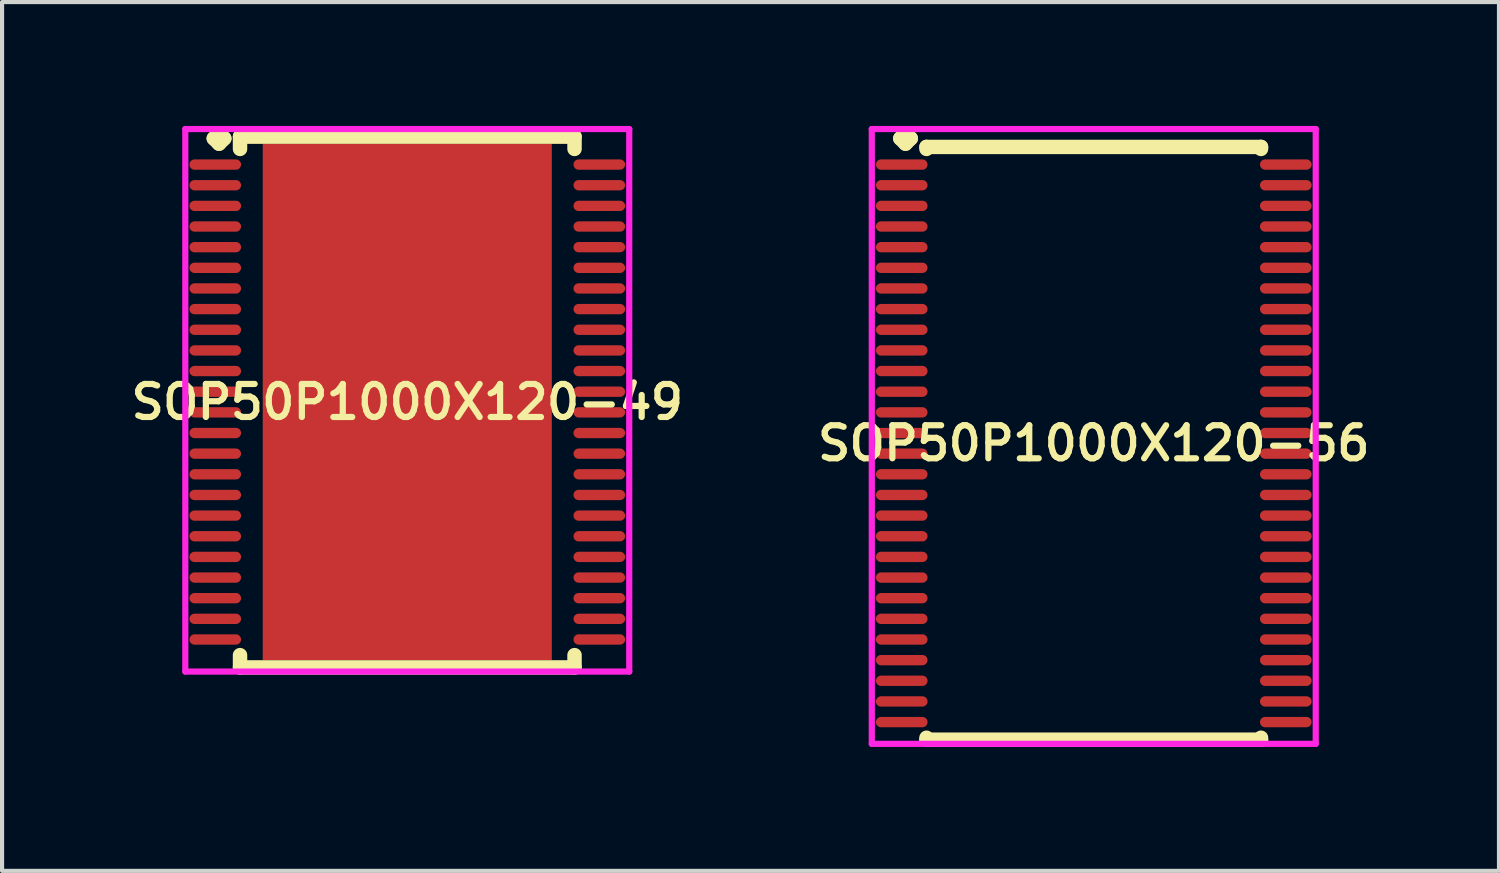
<source format=kicad_pcb>
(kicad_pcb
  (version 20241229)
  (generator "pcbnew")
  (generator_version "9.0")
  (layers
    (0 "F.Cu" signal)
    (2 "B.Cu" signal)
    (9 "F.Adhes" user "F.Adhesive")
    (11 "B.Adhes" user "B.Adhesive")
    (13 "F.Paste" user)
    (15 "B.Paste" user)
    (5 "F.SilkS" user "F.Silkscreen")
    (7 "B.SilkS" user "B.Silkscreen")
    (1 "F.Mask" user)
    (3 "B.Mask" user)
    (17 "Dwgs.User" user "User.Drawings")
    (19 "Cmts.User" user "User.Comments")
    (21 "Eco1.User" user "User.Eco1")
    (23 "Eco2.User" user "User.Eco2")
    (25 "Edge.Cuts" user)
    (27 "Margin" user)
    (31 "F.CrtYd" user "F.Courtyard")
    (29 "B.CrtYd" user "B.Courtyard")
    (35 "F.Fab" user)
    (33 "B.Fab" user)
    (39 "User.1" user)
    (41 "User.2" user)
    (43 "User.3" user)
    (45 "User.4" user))
  (footprint "SOP50P1000X120-49"
    (layer "F.Cu")
    (at 6.812 6.685)
    (property "Reference" "SOP50P1000X120-49" (at 0 0 0) (layer "F.SilkS") (effects (font (size 0.8 0.8) (thickness 0.15))))
    (attr smd)
    (fp_line (start -4.685 -6.383) (end -4.558 -6.51) (stroke (width 0.35) (type solid)) (layer "F.SilkS"))
    (fp_line (start -4.558 -6.51) (end -4.431 -6.383) (stroke (width 0.35) (type solid)) (layer "F.SilkS"))
    (fp_line (start -4.558 -6.256) (end -4.685 -6.383) (stroke (width 0.35) (type solid)) (layer "F.SilkS"))
    (fp_line (start -4.431 -6.383) (end -4.558 -6.256) (stroke (width 0.35) (type solid)) (layer "F.SilkS"))
    (fp_line (start -4.05 -6.427) (end 4.05 -6.427) (stroke (width 0.35) (type solid)) (layer "F.SilkS"))
    (fp_line (start -4.05 -6.129) (end -4.05 -6.427) (stroke (width 0.35) (type solid)) (layer "F.SilkS"))
    (fp_line (start -4.05 6.129) (end -4.05 6.427) (stroke (width 0.35) (type solid)) (layer "F.SilkS"))
    (fp_line (start -4.05 6.427) (end 4.05 6.427) (stroke (width 0.35) (type solid)) (layer "F.SilkS"))
    (fp_line (start 4.05 -6.427) (end 4.05 -6.129) (stroke (width 0.35) (type solid)) (layer "F.SilkS"))
    (fp_line (start 4.05 6.427) (end 4.05 6.129) (stroke (width 0.35) (type solid)) (layer "F.SilkS"))
    (fp_line (start -5.375 -6.61) (end 5.375 -6.61) (stroke (width 0.15) (type solid)) (layer "F.CrtYd"))
    (fp_line (start -5.375 6.527) (end -5.375 -6.61) (stroke (width 0.15) (type solid)) (layer "F.CrtYd"))
    (fp_line (start 5.375 -6.61) (end 5.375 6.527) (stroke (width 0.15) (type solid)) (layer "F.CrtYd"))
    (fp_line (start 5.375 6.527) (end -5.375 6.527) (stroke (width 0.15) (type solid)) (layer "F.CrtYd"))
    (pad "1" smd oval (at -4.65 -5.75) (size 1.25 0.25) (layers "F.Cu" "F.Mask" "F.Paste"))
    (pad "2" smd oval (at -4.65 -5.25) (size 1.25 0.25) (layers "F.Cu" "F.Mask" "F.Paste"))
    (pad "3" smd oval (at -4.65 -4.75) (size 1.25 0.25) (layers "F.Cu" "F.Mask" "F.Paste"))
    (pad "4" smd oval (at -4.65 -4.25) (size 1.25 0.25) (layers "F.Cu" "F.Mask" "F.Paste"))
    (pad "5" smd oval (at -4.65 -3.75) (size 1.25 0.25) (layers "F.Cu" "F.Mask" "F.Paste"))
    (pad "6" smd oval (at -4.65 -3.25) (size 1.25 0.25) (layers "F.Cu" "F.Mask" "F.Paste"))
    (pad "7" smd oval (at -4.65 -2.75) (size 1.25 0.25) (layers "F.Cu" "F.Mask" "F.Paste"))
    (pad "8" smd oval (at -4.65 -2.25) (size 1.25 0.25) (layers "F.Cu" "F.Mask" "F.Paste"))
    (pad "9" smd oval (at -4.65 -1.75) (size 1.25 0.25) (layers "F.Cu" "F.Mask" "F.Paste"))
    (pad "10" smd oval (at -4.65 -1.25) (size 1.25 0.25) (layers "F.Cu" "F.Mask" "F.Paste"))
    (pad "11" smd oval (at -4.65 -0.75) (size 1.25 0.25) (layers "F.Cu" "F.Mask" "F.Paste"))
    (pad "12" smd oval (at -4.65 -0.25) (size 1.25 0.25) (layers "F.Cu" "F.Mask" "F.Paste"))
    (pad "13" smd oval (at -4.65 0.25) (size 1.25 0.25) (layers "F.Cu" "F.Mask" "F.Paste"))
    (pad "14" smd oval (at -4.65 0.75) (size 1.25 0.25) (layers "F.Cu" "F.Mask" "F.Paste"))
    (pad "15" smd oval (at -4.65 1.25) (size 1.25 0.25) (layers "F.Cu" "F.Mask" "F.Paste"))
    (pad "16" smd oval (at -4.65 1.75) (size 1.25 0.25) (layers "F.Cu" "F.Mask" "F.Paste"))
    (pad "17" smd oval (at -4.65 2.25) (size 1.25 0.25) (layers "F.Cu" "F.Mask" "F.Paste"))
    (pad "18" smd oval (at -4.65 2.75) (size 1.25 0.25) (layers "F.Cu" "F.Mask" "F.Paste"))
    (pad "19" smd oval (at -4.65 3.25) (size 1.25 0.25) (layers "F.Cu" "F.Mask" "F.Paste"))
    (pad "20" smd oval (at -4.65 3.75) (size 1.25 0.25) (layers "F.Cu" "F.Mask" "F.Paste"))
    (pad "21" smd oval (at -4.65 4.25) (size 1.25 0.25) (layers "F.Cu" "F.Mask" "F.Paste"))
    (pad "22" smd oval (at -4.65 4.75) (size 1.25 0.25) (layers "F.Cu" "F.Mask" "F.Paste"))
    (pad "23" smd oval (at -4.65 5.25) (size 1.25 0.25) (layers "F.Cu" "F.Mask" "F.Paste"))
    (pad "24" smd oval (at -4.65 5.75) (size 1.25 0.25) (layers "F.Cu" "F.Mask" "F.Paste"))
    (pad "25" smd oval (at 4.65 5.75) (size 1.25 0.25) (layers "F.Cu" "F.Mask" "F.Paste"))
    (pad "26" smd oval (at 4.65 5.25) (size 1.25 0.25) (layers "F.Cu" "F.Mask" "F.Paste"))
    (pad "27" smd oval (at 4.65 4.75) (size 1.25 0.25) (layers "F.Cu" "F.Mask" "F.Paste"))
    (pad "28" smd oval (at 4.65 4.25) (size 1.25 0.25) (layers "F.Cu" "F.Mask" "F.Paste"))
    (pad "29" smd oval (at 4.65 3.75) (size 1.25 0.25) (layers "F.Cu" "F.Mask" "F.Paste"))
    (pad "30" smd oval (at 4.65 3.25) (size 1.25 0.25) (layers "F.Cu" "F.Mask" "F.Paste"))
    (pad "31" smd oval (at 4.65 2.75) (size 1.25 0.25) (layers "F.Cu" "F.Mask" "F.Paste"))
    (pad "32" smd oval (at 4.65 2.25) (size 1.25 0.25) (layers "F.Cu" "F.Mask" "F.Paste"))
    (pad "33" smd oval (at 4.65 1.75) (size 1.25 0.25) (layers "F.Cu" "F.Mask" "F.Paste"))
    (pad "34" smd oval (at 4.65 1.25) (size 1.25 0.25) (layers "F.Cu" "F.Mask" "F.Paste"))
    (pad "35" smd oval (at 4.65 0.75) (size 1.25 0.25) (layers "F.Cu" "F.Mask" "F.Paste"))
    (pad "36" smd oval (at 4.65 0.25) (size 1.25 0.25) (layers "F.Cu" "F.Mask" "F.Paste"))
    (pad "37" smd oval (at 4.65 -0.25) (size 1.25 0.25) (layers "F.Cu" "F.Mask" "F.Paste"))
    (pad "38" smd oval (at 4.65 -0.75) (size 1.25 0.25) (layers "F.Cu" "F.Mask" "F.Paste"))
    (pad "39" smd oval (at 4.65 -1.25) (size 1.25 0.25) (layers "F.Cu" "F.Mask" "F.Paste"))
    (pad "40" smd oval (at 4.65 -1.75) (size 1.25 0.25) (layers "F.Cu" "F.Mask" "F.Paste"))
    (pad "41" smd oval (at 4.65 -2.25) (size 1.25 0.25) (layers "F.Cu" "F.Mask" "F.Paste"))
    (pad "42" smd oval (at 4.65 -2.75) (size 1.25 0.25) (layers "F.Cu" "F.Mask" "F.Paste"))
    (pad "43" smd oval (at 4.65 -3.25) (size 1.25 0.25) (layers "F.Cu" "F.Mask" "F.Paste"))
    (pad "44" smd oval (at 4.65 -3.75) (size 1.25 0.25) (layers "F.Cu" "F.Mask" "F.Paste"))
    (pad "45" smd oval (at 4.65 -4.25) (size 1.25 0.25) (layers "F.Cu" "F.Mask" "F.Paste"))
    (pad "46" smd oval (at 4.65 -4.75) (size 1.25 0.25) (layers "F.Cu" "F.Mask" "F.Paste"))
    (pad "47" smd oval (at 4.65 -5.25) (size 1.25 0.25) (layers "F.Cu" "F.Mask" "F.Paste"))
    (pad "48" smd oval (at 4.65 -5.75) (size 1.25 0.25) (layers "F.Cu" "F.Mask" "F.Paste"))
    (pad "49" smd rect (at 0 0) (size 7 12.5) (layers "F.Cu" "F.Mask" "F.Paste")))
  (footprint "SOP50P1000X120-56"
    (layer "F.Cu")
    (at 23.435 7.685)
    (property "Reference" "SOP50P1000X120-56" (at 0 0 0) (layer "F.SilkS") (effects (font (size 0.8 0.8) (thickness 0.15))))
    (attr smd)
    (fp_line (start -4.685 -7.383) (end -4.558 -7.51) (stroke (width 0.35) (type solid)) (layer "F.SilkS"))
    (fp_line (start -4.558 -7.51) (end -4.431 -7.383) (stroke (width 0.35) (type solid)) (layer "F.SilkS"))
    (fp_line (start -4.558 -7.256) (end -4.685 -7.383) (stroke (width 0.35) (type solid)) (layer "F.SilkS"))
    (fp_line (start -4.431 -7.383) (end -4.558 -7.256) (stroke (width 0.35) (type solid)) (layer "F.SilkS"))
    (fp_line (start -4.05 -7.177) (end 4.05 -7.177) (stroke (width 0.35) (type solid)) (layer "F.SilkS"))
    (fp_line (start -4.05 -7.129) (end -4.05 -7.177) (stroke (width 0.35) (type solid)) (layer "F.SilkS"))
    (fp_line (start -4.05 7.129) (end -4.05 7.177) (stroke (width 0.35) (type solid)) (layer "F.SilkS"))
    (fp_line (start -4.05 7.177) (end 4.05 7.177) (stroke (width 0.35) (type solid)) (layer "F.SilkS"))
    (fp_line (start 4.05 -7.177) (end 4.05 -7.129) (stroke (width 0.35) (type solid)) (layer "F.SilkS"))
    (fp_line (start 4.05 7.177) (end 4.05 7.129) (stroke (width 0.35) (type solid)) (layer "F.SilkS"))
    (fp_line (start -5.375 -7.61) (end 5.375 -7.61) (stroke (width 0.15) (type solid)) (layer "F.CrtYd"))
    (fp_line (start -5.375 7.277) (end -5.375 -7.61) (stroke (width 0.15) (type solid)) (layer "F.CrtYd"))
    (fp_line (start 5.375 -7.61) (end 5.375 7.277) (stroke (width 0.15) (type solid)) (layer "F.CrtYd"))
    (fp_line (start 5.375 7.277) (end -5.375 7.277) (stroke (width 0.15) (type solid)) (layer "F.CrtYd"))
    (pad "1" smd oval (at -4.65 -6.75) (size 1.25 0.25) (layers "F.Cu" "F.Mask" "F.Paste"))
    (pad "2" smd oval (at -4.65 -6.25) (size 1.25 0.25) (layers "F.Cu" "F.Mask" "F.Paste"))
    (pad "3" smd oval (at -4.65 -5.75) (size 1.25 0.25) (layers "F.Cu" "F.Mask" "F.Paste"))
    (pad "4" smd oval (at -4.65 -5.25) (size 1.25 0.25) (layers "F.Cu" "F.Mask" "F.Paste"))
    (pad "5" smd oval (at -4.65 -4.75) (size 1.25 0.25) (layers "F.Cu" "F.Mask" "F.Paste"))
    (pad "6" smd oval (at -4.65 -4.25) (size 1.25 0.25) (layers "F.Cu" "F.Mask" "F.Paste"))
    (pad "7" smd oval (at -4.65 -3.75) (size 1.25 0.25) (layers "F.Cu" "F.Mask" "F.Paste"))
    (pad "8" smd oval (at -4.65 -3.25) (size 1.25 0.25) (layers "F.Cu" "F.Mask" "F.Paste"))
    (pad "9" smd oval (at -4.65 -2.75) (size 1.25 0.25) (layers "F.Cu" "F.Mask" "F.Paste"))
    (pad "10" smd oval (at -4.65 -2.25) (size 1.25 0.25) (layers "F.Cu" "F.Mask" "F.Paste"))
    (pad "11" smd oval (at -4.65 -1.75) (size 1.25 0.25) (layers "F.Cu" "F.Mask" "F.Paste"))
    (pad "12" smd oval (at -4.65 -1.25) (size 1.25 0.25) (layers "F.Cu" "F.Mask" "F.Paste"))
    (pad "13" smd oval (at -4.65 -0.75) (size 1.25 0.25) (layers "F.Cu" "F.Mask" "F.Paste"))
    (pad "14" smd oval (at -4.65 -0.25) (size 1.25 0.25) (layers "F.Cu" "F.Mask" "F.Paste"))
    (pad "15" smd oval (at -4.65 0.25) (size 1.25 0.25) (layers "F.Cu" "F.Mask" "F.Paste"))
    (pad "16" smd oval (at -4.65 0.75) (size 1.25 0.25) (layers "F.Cu" "F.Mask" "F.Paste"))
    (pad "17" smd oval (at -4.65 1.25) (size 1.25 0.25) (layers "F.Cu" "F.Mask" "F.Paste"))
    (pad "18" smd oval (at -4.65 1.75) (size 1.25 0.25) (layers "F.Cu" "F.Mask" "F.Paste"))
    (pad "19" smd oval (at -4.65 2.25) (size 1.25 0.25) (layers "F.Cu" "F.Mask" "F.Paste"))
    (pad "20" smd oval (at -4.65 2.75) (size 1.25 0.25) (layers "F.Cu" "F.Mask" "F.Paste"))
    (pad "21" smd oval (at -4.65 3.25) (size 1.25 0.25) (layers "F.Cu" "F.Mask" "F.Paste"))
    (pad "22" smd oval (at -4.65 3.75) (size 1.25 0.25) (layers "F.Cu" "F.Mask" "F.Paste"))
    (pad "23" smd oval (at -4.65 4.25) (size 1.25 0.25) (layers "F.Cu" "F.Mask" "F.Paste"))
    (pad "24" smd oval (at -4.65 4.75) (size 1.25 0.25) (layers "F.Cu" "F.Mask" "F.Paste"))
    (pad "25" smd oval (at -4.65 5.25) (size 1.25 0.25) (layers "F.Cu" "F.Mask" "F.Paste"))
    (pad "26" smd oval (at -4.65 5.75) (size 1.25 0.25) (layers "F.Cu" "F.Mask" "F.Paste"))
    (pad "27" smd oval (at -4.65 6.25) (size 1.25 0.25) (layers "F.Cu" "F.Mask" "F.Paste"))
    (pad "28" smd oval (at -4.65 6.75) (size 1.25 0.25) (layers "F.Cu" "F.Mask" "F.Paste"))
    (pad "29" smd oval (at 4.65 6.75) (size 1.25 0.25) (layers "F.Cu" "F.Mask" "F.Paste"))
    (pad "30" smd oval (at 4.65 6.25) (size 1.25 0.25) (layers "F.Cu" "F.Mask" "F.Paste"))
    (pad "31" smd oval (at 4.65 5.75) (size 1.25 0.25) (layers "F.Cu" "F.Mask" "F.Paste"))
    (pad "32" smd oval (at 4.65 5.25) (size 1.25 0.25) (layers "F.Cu" "F.Mask" "F.Paste"))
    (pad "33" smd oval (at 4.65 4.75) (size 1.25 0.25) (layers "F.Cu" "F.Mask" "F.Paste"))
    (pad "34" smd oval (at 4.65 4.25) (size 1.25 0.25) (layers "F.Cu" "F.Mask" "F.Paste"))
    (pad "35" smd oval (at 4.65 3.75) (size 1.25 0.25) (layers "F.Cu" "F.Mask" "F.Paste"))
    (pad "36" smd oval (at 4.65 3.25) (size 1.25 0.25) (layers "F.Cu" "F.Mask" "F.Paste"))
    (pad "37" smd oval (at 4.65 2.75) (size 1.25 0.25) (layers "F.Cu" "F.Mask" "F.Paste"))
    (pad "38" smd oval (at 4.65 2.25) (size 1.25 0.25) (layers "F.Cu" "F.Mask" "F.Paste"))
    (pad "39" smd oval (at 4.65 1.75) (size 1.25 0.25) (layers "F.Cu" "F.Mask" "F.Paste"))
    (pad "40" smd oval (at 4.65 1.25) (size 1.25 0.25) (layers "F.Cu" "F.Mask" "F.Paste"))
    (pad "41" smd oval (at 4.65 0.75) (size 1.25 0.25) (layers "F.Cu" "F.Mask" "F.Paste"))
    (pad "42" smd oval (at 4.65 0.25) (size 1.25 0.25) (layers "F.Cu" "F.Mask" "F.Paste"))
    (pad "43" smd oval (at 4.65 -0.25) (size 1.25 0.25) (layers "F.Cu" "F.Mask" "F.Paste"))
    (pad "44" smd oval (at 4.65 -0.75) (size 1.25 0.25) (layers "F.Cu" "F.Mask" "F.Paste"))
    (pad "45" smd oval (at 4.65 -1.25) (size 1.25 0.25) (layers "F.Cu" "F.Mask" "F.Paste"))
    (pad "46" smd oval (at 4.65 -1.75) (size 1.25 0.25) (layers "F.Cu" "F.Mask" "F.Paste"))
    (pad "47" smd oval (at 4.65 -2.25) (size 1.25 0.25) (layers "F.Cu" "F.Mask" "F.Paste"))
    (pad "48" smd oval (at 4.65 -2.75) (size 1.25 0.25) (layers "F.Cu" "F.Mask" "F.Paste"))
    (pad "49" smd oval (at 4.65 -3.25) (size 1.25 0.25) (layers "F.Cu" "F.Mask" "F.Paste"))
    (pad "50" smd oval (at 4.65 -3.75) (size 1.25 0.25) (layers "F.Cu" "F.Mask" "F.Paste"))
    (pad "51" smd oval (at 4.65 -4.25) (size 1.25 0.25) (layers "F.Cu" "F.Mask" "F.Paste"))
    (pad "52" smd oval (at 4.65 -4.75) (size 1.25 0.25) (layers "F.Cu" "F.Mask" "F.Paste"))
    (pad "53" smd oval (at 4.65 -5.25) (size 1.25 0.25) (layers "F.Cu" "F.Mask" "F.Paste"))
    (pad "54" smd oval (at 4.65 -5.75) (size 1.25 0.25) (layers "F.Cu" "F.Mask" "F.Paste"))
    (pad "55" smd oval (at 4.65 -6.25) (size 1.25 0.25) (layers "F.Cu" "F.Mask" "F.Paste"))
    (pad "56" smd oval (at 4.65 -6.75) (size 1.25 0.25) (layers "F.Cu" "F.Mask" "F.Paste")))
  (gr_rect
    (start -3 -3)
    (end 33.247 18.037)
    (stroke (width 0.1) (type default))
    (fill no)
    (layer "Edge.Cuts")))
</source>
